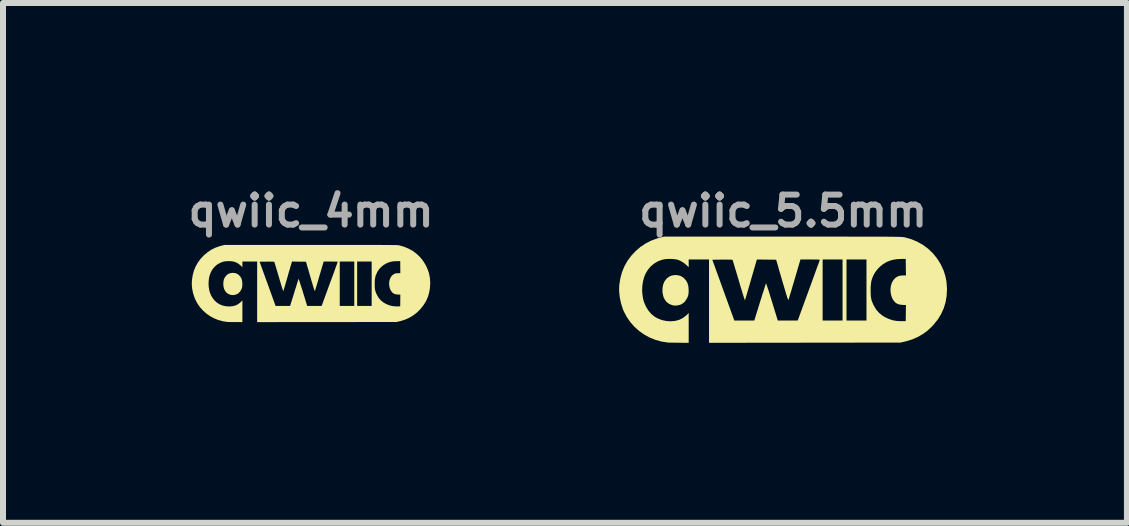
<source format=kicad_pcb>
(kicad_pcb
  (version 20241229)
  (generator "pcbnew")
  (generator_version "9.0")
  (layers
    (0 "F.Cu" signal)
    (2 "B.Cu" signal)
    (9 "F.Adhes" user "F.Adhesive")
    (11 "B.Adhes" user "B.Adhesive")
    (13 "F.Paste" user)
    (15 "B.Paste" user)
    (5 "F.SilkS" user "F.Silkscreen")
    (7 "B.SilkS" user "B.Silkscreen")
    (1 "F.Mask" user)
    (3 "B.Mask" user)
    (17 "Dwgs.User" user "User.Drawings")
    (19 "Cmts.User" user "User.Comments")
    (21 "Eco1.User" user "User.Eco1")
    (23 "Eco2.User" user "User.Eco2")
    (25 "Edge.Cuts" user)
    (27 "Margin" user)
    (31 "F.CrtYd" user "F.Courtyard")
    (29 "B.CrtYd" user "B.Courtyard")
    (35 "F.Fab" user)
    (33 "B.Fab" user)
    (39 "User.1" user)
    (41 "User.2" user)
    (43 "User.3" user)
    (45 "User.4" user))
  (footprint "qwiic_4mm"
    (layer "F.Cu")
    (at 2.136 1.668)
    (property "Reference" "qwiic_4mm" (at 0 -1.2 0) (layer "F.Fab") (effects (font (size 0.5 0.5) (thickness 0.1))))
    (attr board_only exclude_from_pos_files exclude_from_bom)
    (fp_poly (pts (xy -1.269 -0.166) (xy -1.238 -0.156) (xy -1.21 -0.138) (xy -1.203 -0.132) (xy -1.178 -0.104) (xy -1.16 -0.073) (xy -1.15 -0.036) (xy -1.146 0.006) (xy -1.146 0.032) (xy -1.148 0.056) (xy -1.15 0.073) (xy -1.155 0.088) (xy -1.162 0.105) (xy -1.167 0.115) (xy -1.188 0.148) (xy -1.213 0.172) (xy -1.243 0.189) (xy -1.278 0.199) (xy -1.297 0.201) (xy -1.317 0.201) (xy -1.337 0.198) (xy -1.344 0.197) (xy -1.38 0.182) (xy -1.411 0.16) (xy -1.434 0.131) (xy -1.451 0.096) (xy -1.461 0.054) (xy -1.463 0.031) (xy -1.462 -0.015) (xy -1.455 -0.056) (xy -1.44 -0.09) (xy -1.417 -0.121) (xy -1.405 -0.133) (xy -1.378 -0.153) (xy -1.347 -0.164) (xy -1.312 -0.169) (xy -1.305 -0.169)) (stroke (width 0) (type solid)) (fill yes) (layer "F.SilkS"))
    (fp_poly (pts (xy 0.137 -0.635) (xy 0.268 -0.635) (xy 0.389 -0.635) (xy 0.502 -0.635) (xy 0.607 -0.635) (xy 0.703 -0.635) (xy 0.792 -0.635) (xy 0.874 -0.635) (xy 0.948 -0.635) (xy 1.016 -0.635) (xy 1.077 -0.635) (xy 1.133 -0.635) (xy 1.183 -0.634) (xy 1.227 -0.634) (xy 1.266 -0.634) (xy 1.301 -0.634) (xy 1.332 -0.633) (xy 1.358 -0.633) (xy 1.38 -0.633) (xy 1.4 -0.632) (xy 1.416 -0.632) (xy 1.43 -0.631) (xy 1.441 -0.631) (xy 1.45 -0.63) (xy 1.457 -0.629) (xy 1.463 -0.629) (xy 1.468 -0.628) (xy 1.473 -0.627) (xy 1.476 -0.626) (xy 1.555 -0.603) (xy 1.628 -0.572) (xy 1.696 -0.534) (xy 1.758 -0.488) (xy 1.814 -0.435) (xy 1.863 -0.375) (xy 1.905 -0.308) (xy 1.915 -0.29) (xy 1.945 -0.224) (xy 1.967 -0.157) (xy 1.98 -0.088) (xy 1.986 -0.015) (xy 1.986 0.005) (xy 1.981 0.085) (xy 1.968 0.161) (xy 1.947 0.233) (xy 1.916 0.302) (xy 1.876 0.367) (xy 1.827 0.429) (xy 1.806 0.452) (xy 1.752 0.503) (xy 1.694 0.546) (xy 1.632 0.582) (xy 1.565 0.611) (xy 1.491 0.634) (xy 1.47 0.639) (xy 1.423 0.65) (xy 0.262 0.651) (xy -0.899 0.652) (xy -0.899 0.147) (xy -0.899 -0.355) (xy -0.859 -0.355) (xy -0.725 0.013) (xy -0.592 0.382) (xy -0.471 0.382) (xy -0.35 0.382) (xy -0.28 0.158) (xy -0.267 0.114) (xy -0.253 0.072) (xy -0.241 0.034) (xy -0.231 0.000371) (xy -0.222 -0.028) (xy -0.215 -0.049) (xy -0.21 -0.063) (xy -0.208 -0.069) (xy -0.208 -0.069) (xy -0.206 -0.065) (xy -0.201 -0.053) (xy -0.195 -0.033) (xy -0.186 -0.007) (xy -0.176 0.025) (xy -0.164 0.062) (xy -0.151 0.103) (xy -0.137 0.147) (xy -0.135 0.155) (xy -0.065 0.382) (xy 0.056 0.382) (xy 0.176 0.382) (xy 0.31 0.015) (xy 0.331 -0.042) (xy 0.351 -0.096) (xy 0.37 -0.147) (xy 0.387 -0.194) (xy 0.402 -0.236) (xy 0.415 -0.273) (xy 0.427 -0.304) (xy 0.435 -0.328) (xy 0.441 -0.345) (xy 0.444 -0.353) (xy 0.445 -0.354) (xy 0.44 -0.355) (xy 0.427 -0.356) (xy 0.407 -0.357) (xy 0.381 -0.357) (xy 0.351 -0.357) (xy 0.327 -0.358) (xy 0.478 -0.358) (xy 0.478 0.012) (xy 0.478 0.382) (xy 0.599 0.382) (xy 0.72 0.382) (xy 0.72 0.012) (xy 0.72 -0.358) (xy 0.768 -0.358) (xy 0.768 0.012) (xy 0.768 0.382) (xy 0.889 0.382) (xy 1.01 0.382) (xy 1.01 0.014) (xy 1.061 0.014) (xy 1.061 0.053) (xy 1.063 0.085) (xy 1.066 0.111) (xy 1.072 0.136) (xy 1.081 0.16) (xy 1.092 0.187) (xy 1.1 0.202) (xy 1.128 0.249) (xy 1.164 0.29) (xy 1.206 0.324) (xy 1.24 0.344) (xy 1.284 0.364) (xy 1.326 0.378) (xy 1.37 0.386) (xy 1.417 0.39) (xy 1.44 0.39) (xy 1.486 0.389) (xy 1.487 0.292) (xy 1.488 0.194) (xy 1.446 0.192) (xy 1.411 0.188) (xy 1.383 0.179) (xy 1.36 0.164) (xy 1.346 0.149) (xy 1.325 0.118) (xy 1.311 0.083) (xy 1.303 0.044) (xy 1.301 0.005) (xy 1.305 -0.034) (xy 1.316 -0.07) (xy 1.332 -0.103) (xy 1.354 -0.129) (xy 1.378 -0.147) (xy 1.402 -0.158) (xy 1.43 -0.163) (xy 1.451 -0.164) (xy 1.488 -0.164) (xy 1.487 -0.265) (xy 1.486 -0.365) (xy 1.425 -0.364) (xy 1.377 -0.362) (xy 1.335 -0.355) (xy 1.295 -0.344) (xy 1.255 -0.327) (xy 1.247 -0.323) (xy 1.208 -0.299) (xy 1.17 -0.268) (xy 1.137 -0.233) (xy 1.11 -0.195) (xy 1.103 -0.181) (xy 1.088 -0.149) (xy 1.076 -0.12) (xy 1.069 -0.092) (xy 1.064 -0.061) (xy 1.061 -0.026) (xy 1.061 0.014) (xy 1.01 0.014) (xy 1.01 0.012) (xy 1.01 -0.358) (xy 0.889 -0.358) (xy 0.768 -0.358) (xy 0.72 -0.358) (xy 0.599 -0.358) (xy 0.478 -0.358) (xy 0.327 -0.358) (xy 0.21 -0.358) (xy 0.14 -0.122) (xy 0.127 -0.076) (xy 0.114 -0.032) (xy 0.102 0.009) (xy 0.091 0.045) (xy 0.082 0.076) (xy 0.074 0.1) (xy 0.069 0.118) (xy 0.066 0.127) (xy 0.066 0.128) (xy 0.065 0.13) (xy 0.063 0.131) (xy 0.062 0.131) (xy 0.06 0.129) (xy 0.058 0.124) (xy 0.054 0.116) (xy 0.05 0.104) (xy 0.045 0.088) (xy 0.038 0.067) (xy 0.03 0.04) (xy 0.021 0.008) (xy 0.009 -0.031) (xy -0.004 -0.076) (xy -0.02 -0.13) (xy -0.037 -0.191) (xy -0.058 -0.261) (xy -0.062 -0.275) (xy -0.085 -0.355) (xy -0.202 -0.356) (xy -0.318 -0.358) (xy -0.33 -0.318) (xy -0.334 -0.305) (xy -0.34 -0.283) (xy -0.349 -0.255) (xy -0.358 -0.221) (xy -0.37 -0.183) (xy -0.382 -0.141) (xy -0.394 -0.097) (xy -0.401 -0.072) (xy -0.414 -0.03) (xy -0.425 0.01) (xy -0.436 0.046) (xy -0.445 0.078) (xy -0.453 0.103) (xy -0.459 0.122) (xy -0.462 0.134) (xy -0.464 0.136) (xy -0.466 0.133) (xy -0.47 0.12) (xy -0.476 0.101) (xy -0.485 0.074) (xy -0.495 0.042) (xy -0.506 0.004) (xy -0.519 -0.038) (xy -0.532 -0.083) (xy -0.538 -0.104) (xy -0.552 -0.15) (xy -0.565 -0.194) (xy -0.577 -0.235) (xy -0.588 -0.271) (xy -0.597 -0.301) (xy -0.605 -0.325) (xy -0.61 -0.342) (xy -0.613 -0.351) (xy -0.613 -0.352) (xy -0.619 -0.354) (xy -0.632 -0.356) (xy -0.653 -0.356) (xy -0.684 -0.357) (xy -0.723 -0.357) (xy -0.738 -0.356) (xy -0.859 -0.355) (xy -0.899 -0.355) (xy -0.899 -0.358) (xy -1.022 -0.358) (xy -1.145 -0.358) (xy -1.145 -0.311) (xy -1.145 -0.264) (xy -1.17 -0.288) (xy -1.208 -0.32) (xy -1.25 -0.343) (xy -1.276 -0.353) (xy -1.3 -0.359) (xy -1.332 -0.363) (xy -1.367 -0.365) (xy -1.402 -0.364) (xy -1.435 -0.361) (xy -1.463 -0.356) (xy -1.464 -0.356) (xy -1.516 -0.336) (xy -1.564 -0.309) (xy -1.605 -0.274) (xy -1.641 -0.232) (xy -1.668 -0.186) (xy -1.686 -0.141) (xy -1.7 -0.091) (xy -1.707 -0.037) (xy -1.709 0.018) (xy -1.707 0.059) (xy -1.701 0.098) (xy -1.695 0.131) (xy -1.686 0.16) (xy -1.674 0.19) (xy -1.664 0.213) (xy -1.636 0.258) (xy -1.602 0.299) (xy -1.563 0.332) (xy -1.522 0.357) (xy -1.469 0.377) (xy -1.414 0.388) (xy -1.364 0.391) (xy -1.311 0.387) (xy -1.262 0.375) (xy -1.219 0.354) (xy -1.18 0.325) (xy -1.174 0.319) (xy -1.145 0.291) (xy -1.145 0.472) (xy -1.145 0.652) (xy -1.262 0.651) (xy -1.296 0.651) (xy -1.328 0.651) (xy -1.356 0.65) (xy -1.378 0.65) (xy -1.393 0.649) (xy -1.399 0.649) (xy -1.475 0.637) (xy -1.548 0.617) (xy -1.618 0.588) (xy -1.685 0.552) (xy -1.746 0.509) (xy -1.802 0.459) (xy -1.852 0.403) (xy -1.895 0.342) (xy -1.93 0.275) (xy -1.943 0.244) (xy -1.967 0.171) (xy -1.982 0.097) (xy -1.989 0.024) (xy -1.986 -0.048) (xy -1.974 -0.128) (xy -1.954 -0.204) (xy -1.925 -0.275) (xy -1.887 -0.342) (xy -1.841 -0.404) (xy -1.789 -0.46) (xy -1.73 -0.51) (xy -1.667 -0.553) (xy -1.599 -0.587) (xy -1.526 -0.613) (xy -1.494 -0.622) (xy -1.442 -0.635) (xy -0.002 -0.635)) (stroke (width 0) (type solid)) (fill yes) (layer "F.SilkS")))
  (footprint "qwiic_5.5mm"
    (layer "F.Cu")
    (at 10.006 1.768)
    (property "Reference" "qwiic_5.5mm" (at 0 -1.3 0) (layer "F.Fab") (effects (font (size 0.5 0.5) (thickness 0.1))))
    (attr board_only exclude_from_pos_files exclude_from_bom)
    (fp_poly (pts (xy -1.745 -0.228) (xy -1.702 -0.214) (xy -1.664 -0.19) (xy -1.654 -0.181) (xy -1.62 -0.143) (xy -1.596 -0.1) (xy -1.581 -0.05) (xy -1.576 0.009) (xy -1.576 0.045) (xy -1.578 0.076) (xy -1.582 0.1) (xy -1.588 0.121) (xy -1.598 0.144) (xy -1.605 0.158) (xy -1.634 0.204) (xy -1.668 0.237) (xy -1.709 0.26) (xy -1.758 0.273) (xy -1.783 0.276) (xy -1.811 0.276) (xy -1.839 0.272) (xy -1.847 0.27) (xy -1.898 0.25) (xy -1.94 0.22) (xy -1.972 0.18) (xy -1.995 0.132) (xy -2.009 0.075) (xy -2.012 0.043) (xy -2.011 -0.021) (xy -2 -0.076) (xy -1.98 -0.124) (xy -1.949 -0.166) (xy -1.932 -0.183) (xy -1.894 -0.21) (xy -1.853 -0.226) (xy -1.804 -0.232) (xy -1.794 -0.233)) (stroke (width 0) (type solid)) (fill yes) (layer "F.SilkS"))
    (fp_poly (pts (xy 0.189 -0.874) (xy 0.368 -0.874) (xy 0.536 -0.874) (xy 0.691 -0.874) (xy 0.834 -0.874) (xy 0.967 -0.874) (xy 1.089 -0.873) (xy 1.201 -0.873) (xy 1.304 -0.873) (xy 1.397 -0.873) (xy 1.482 -0.873) (xy 1.558 -0.873) (xy 1.626 -0.872) (xy 1.687 -0.872) (xy 1.742 -0.872) (xy 1.789 -0.871) (xy 1.831 -0.871) (xy 1.867 -0.87) (xy 1.898 -0.87) (xy 1.925 -0.869) (xy 1.947 -0.869) (xy 1.966 -0.868) (xy 1.981 -0.867) (xy 1.994 -0.866) (xy 2.004 -0.865) (xy 2.012 -0.864) (xy 2.019 -0.863) (xy 2.025 -0.862) (xy 2.03 -0.861) (xy 2.138 -0.83) (xy 2.239 -0.787) (xy 2.332 -0.734) (xy 2.417 -0.671) (xy 2.494 -0.598) (xy 2.562 -0.515) (xy 2.62 -0.424) (xy 2.633 -0.399) (xy 2.675 -0.308) (xy 2.704 -0.216) (xy 2.723 -0.121) (xy 2.73 -0.021) (xy 2.731 0.006) (xy 2.725 0.117) (xy 2.707 0.222) (xy 2.677 0.321) (xy 2.634 0.415) (xy 2.58 0.505) (xy 2.512 0.59) (xy 2.484 0.621) (xy 2.409 0.692) (xy 2.329 0.751) (xy 2.244 0.8) (xy 2.152 0.84) (xy 2.05 0.871) (xy 2.021 0.878) (xy 1.957 0.893) (xy 0.36 0.895) (xy -1.236 0.897) (xy -1.236 0.203) (xy -1.236 -0.488) (xy -1.181 -0.488) (xy -0.998 0.018) (xy -0.814 0.525) (xy -0.647 0.525) (xy -0.481 0.525) (xy -0.386 0.218) (xy -0.366 0.156) (xy -0.349 0.099) (xy -0.332 0.046) (xy -0.317 0.001) (xy -0.305 -0.038) (xy -0.296 -0.067) (xy -0.289 -0.087) (xy -0.286 -0.095) (xy -0.286 -0.095) (xy -0.283 -0.09) (xy -0.277 -0.073) (xy -0.268 -0.046) (xy -0.256 -0.01) (xy -0.241 0.034) (xy -0.225 0.085) (xy -0.208 0.142) (xy -0.189 0.203) (xy -0.186 0.212) (xy -0.09 0.525) (xy 0.076 0.525) (xy 0.243 0.525) (xy 0.427 0.021) (xy 0.456 -0.057) (xy 0.483 -0.132) (xy 0.508 -0.202) (xy 0.532 -0.267) (xy 0.553 -0.325) (xy 0.571 -0.375) (xy 0.587 -0.418) (xy 0.599 -0.451) (xy 0.607 -0.474) (xy 0.611 -0.486) (xy 0.611 -0.487) (xy 0.605 -0.489) (xy 0.587 -0.49) (xy 0.56 -0.491) (xy 0.524 -0.491) (xy 0.483 -0.492) (xy 0.45 -0.492) (xy 0.658 -0.492) (xy 0.658 0.017) (xy 0.658 0.525) (xy 0.824 0.525) (xy 0.99 0.525) (xy 0.99 0.017) (xy 0.99 -0.492) (xy 1.056 -0.492) (xy 1.056 0.017) (xy 1.056 0.525) (xy 1.222 0.525) (xy 1.389 0.525) (xy 1.389 0.02) (xy 1.458 0.02) (xy 1.459 0.073) (xy 1.461 0.116) (xy 1.466 0.153) (xy 1.474 0.187) (xy 1.486 0.22) (xy 1.502 0.257) (xy 1.512 0.278) (xy 1.551 0.343) (xy 1.6 0.399) (xy 1.659 0.446) (xy 1.704 0.473) (xy 1.766 0.501) (xy 1.824 0.52) (xy 1.883 0.531) (xy 1.949 0.536) (xy 1.98 0.536) (xy 2.043 0.535) (xy 2.045 0.401) (xy 2.047 0.267) (xy 1.988 0.265) (xy 1.94 0.259) (xy 1.902 0.246) (xy 1.871 0.226) (xy 1.851 0.205) (xy 1.822 0.163) (xy 1.803 0.114) (xy 1.792 0.061) (xy 1.789 0.007) (xy 1.795 -0.047) (xy 1.809 -0.097) (xy 1.832 -0.141) (xy 1.862 -0.177) (xy 1.895 -0.202) (xy 1.928 -0.217) (xy 1.966 -0.224) (xy 1.995 -0.226) (xy 2.047 -0.226) (xy 2.045 -0.364) (xy 2.043 -0.502) (xy 1.96 -0.501) (xy 1.894 -0.497) (xy 1.836 -0.488) (xy 1.781 -0.473) (xy 1.726 -0.45) (xy 1.714 -0.444) (xy 1.661 -0.411) (xy 1.61 -0.369) (xy 1.564 -0.32) (xy 1.527 -0.268) (xy 1.516 -0.249) (xy 1.495 -0.205) (xy 1.48 -0.166) (xy 1.469 -0.126) (xy 1.463 -0.084) (xy 1.459 -0.035) (xy 1.458 0.02) (xy 1.389 0.02) (xy 1.389 0.017) (xy 1.389 -0.492) (xy 1.222 -0.492) (xy 1.056 -0.492) (xy 0.99 -0.492) (xy 0.824 -0.492) (xy 0.658 -0.492) (xy 0.45 -0.492) (xy 0.288 -0.492) (xy 0.193 -0.168) (xy 0.174 -0.104) (xy 0.156 -0.044) (xy 0.14 0.012) (xy 0.125 0.062) (xy 0.112 0.104) (xy 0.102 0.138) (xy 0.095 0.162) (xy 0.091 0.174) (xy 0.09 0.176) (xy 0.089 0.179) (xy 0.087 0.181) (xy 0.085 0.181) (xy 0.083 0.177) (xy 0.079 0.171) (xy 0.075 0.159) (xy 0.069 0.143) (xy 0.062 0.121) (xy 0.053 0.092) (xy 0.042 0.056) (xy 0.029 0.011) (xy 0.013 -0.042) (xy -0.006 -0.105) (xy -0.027 -0.178) (xy -0.052 -0.263) (xy -0.08 -0.359) (xy -0.085 -0.379) (xy -0.117 -0.488) (xy -0.277 -0.49) (xy -0.438 -0.492) (xy -0.454 -0.437) (xy -0.46 -0.419) (xy -0.468 -0.39) (xy -0.479 -0.351) (xy -0.493 -0.304) (xy -0.508 -0.252) (xy -0.525 -0.194) (xy -0.542 -0.134) (xy -0.552 -0.1) (xy -0.569 -0.041) (xy -0.585 0.014) (xy -0.6 0.064) (xy -0.612 0.107) (xy -0.623 0.142) (xy -0.631 0.168) (xy -0.636 0.184) (xy -0.638 0.188) (xy -0.64 0.182) (xy -0.646 0.166) (xy -0.655 0.138) (xy -0.667 0.102) (xy -0.681 0.057) (xy -0.696 0.005) (xy -0.714 -0.052) (xy -0.732 -0.114) (xy -0.74 -0.142) (xy -0.759 -0.207) (xy -0.777 -0.267) (xy -0.794 -0.323) (xy -0.809 -0.372) (xy -0.821 -0.414) (xy -0.831 -0.447) (xy -0.839 -0.471) (xy -0.843 -0.483) (xy -0.844 -0.485) (xy -0.851 -0.487) (xy -0.869 -0.489) (xy -0.898 -0.49) (xy -0.94 -0.49) (xy -0.994 -0.49) (xy -1.015 -0.49) (xy -1.181 -0.488) (xy -1.236 -0.488) (xy -1.236 -0.492) (xy -1.405 -0.492) (xy -1.575 -0.492) (xy -1.575 -0.427) (xy -1.575 -0.363) (xy -1.61 -0.397) (xy -1.661 -0.439) (xy -1.719 -0.472) (xy -1.754 -0.486) (xy -1.788 -0.494) (xy -1.831 -0.499) (xy -1.879 -0.502) (xy -1.928 -0.501) (xy -1.973 -0.497) (xy -2.012 -0.489) (xy -2.013 -0.489) (xy -2.085 -0.463) (xy -2.15 -0.425) (xy -2.208 -0.377) (xy -2.257 -0.318) (xy -2.294 -0.256) (xy -2.319 -0.194) (xy -2.337 -0.125) (xy -2.348 -0.05) (xy -2.351 0.025) (xy -2.347 0.081) (xy -2.34 0.135) (xy -2.331 0.18) (xy -2.319 0.22) (xy -2.302 0.261) (xy -2.288 0.292) (xy -2.25 0.355) (xy -2.204 0.411) (xy -2.149 0.457) (xy -2.093 0.49) (xy -2.02 0.518) (xy -1.944 0.534) (xy -1.875 0.538) (xy -1.802 0.532) (xy -1.736 0.515) (xy -1.676 0.486) (xy -1.622 0.446) (xy -1.614 0.439) (xy -1.575 0.4) (xy -1.575 0.648) (xy -1.575 0.897) (xy -1.736 0.896) (xy -1.782 0.895) (xy -1.826 0.895) (xy -1.864 0.894) (xy -1.895 0.893) (xy -1.916 0.893) (xy -1.923 0.892) (xy -2.028 0.876) (xy -2.129 0.848) (xy -2.226 0.809) (xy -2.317 0.759) (xy -2.401 0.7) (xy -2.478 0.631) (xy -2.546 0.554) (xy -2.605 0.47) (xy -2.654 0.378) (xy -2.672 0.336) (xy -2.704 0.235) (xy -2.725 0.133) (xy -2.735 0.032) (xy -2.732 -0.066) (xy -2.715 -0.176) (xy -2.687 -0.28) (xy -2.647 -0.378) (xy -2.595 -0.47) (xy -2.531 -0.556) (xy -2.46 -0.632) (xy -2.379 -0.702) (xy -2.292 -0.76) (xy -2.199 -0.807) (xy -2.098 -0.844) (xy -2.055 -0.856) (xy -1.983 -0.874) (xy -0.003 -0.874)) (stroke (width 0) (type solid)) (fill yes) (layer "F.SilkS")))
  (gr_rect
    (start -3 -3)
    (end 15.737 5.665)
    (stroke (width 0.1) (type default))
    (fill no)
    (layer "Edge.Cuts")))
</source>
